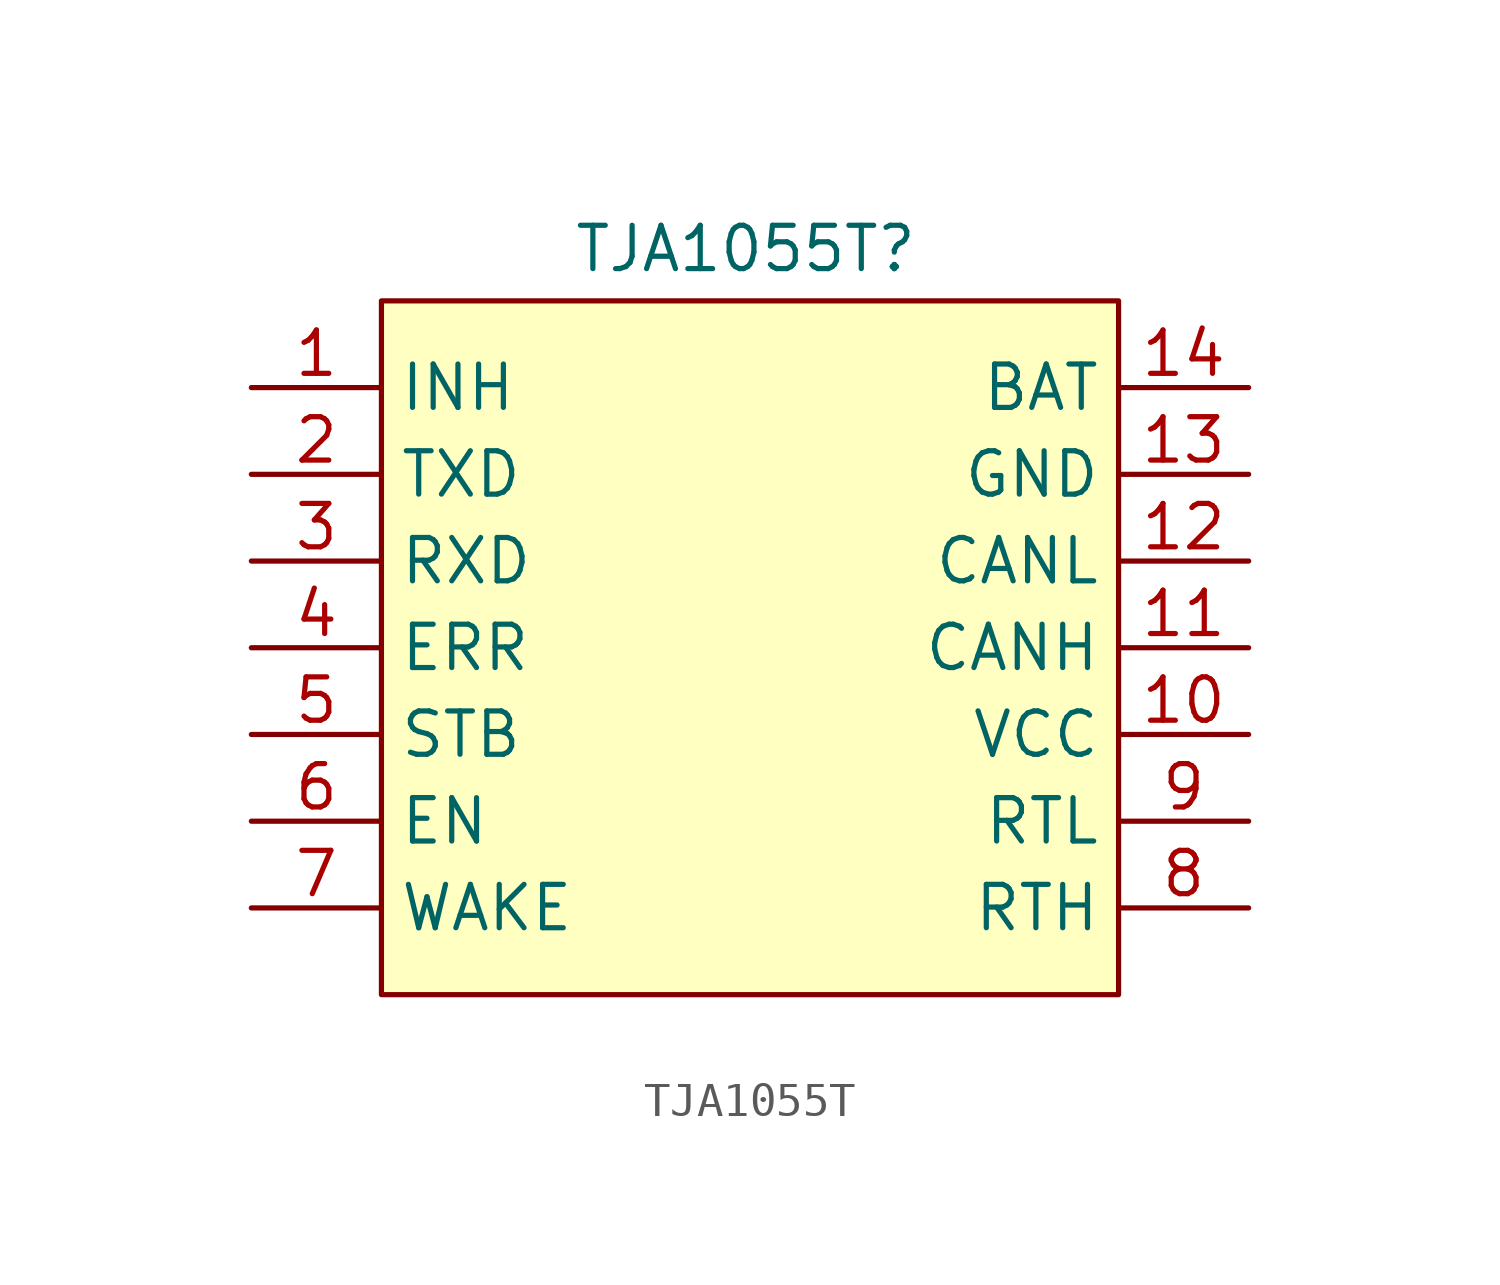
<source format=kicad_sym>
(kicad_symbol_lib
  (version 20231120)
  (generator "kicad_symbol_editor")
  (generator_version "8.0")
  (symbol "TJA1055T"
    (property "Reference" "TJA1055T"
      (at 10.668 1.524 0)
      (effects (font (size 1.27 1.27))))
    (property "Value" ""
      (at 0 0 0)
      (effects (font (size 1.27 1.27))))
    (symbol "TJA1055T_0_1"
      (rectangle (start 0 0) (end 21.59 -20.32) (stroke (width 0) (type default)) (fill (type background))))
    (symbol "TJA1055T_1_1"
      (pin bidirectional line (at -3.81 -2.54 0) (length 3.81) (name "INH" (effects (font (size 1.27 1.27)))) (number "1" (effects (font (size 1.27 1.27)))))
      (pin power_in line (at 25.4 -12.7 180) (length 3.81) (name "VCC" (effects (font (size 1.27 1.27)))) (number "10" (effects (font (size 1.27 1.27)))))
      (pin input line (at 25.4 -10.16 180) (length 3.81) (name "CANH" (effects (font (size 1.27 1.27)))) (number "11" (effects (font (size 1.27 1.27)))))
      (pin input line (at 25.4 -7.62 180) (length 3.81) (name "CANL" (effects (font (size 1.27 1.27)))) (number "12" (effects (font (size 1.27 1.27)))))
      (pin power_out line (at 25.4 -5.08 180) (length 3.81) (name "GND" (effects (font (size 1.27 1.27)))) (number "13" (effects (font (size 1.27 1.27)))))
      (pin power_in line (at 25.4 -2.54 180) (length 3.81) (name "BAT" (effects (font (size 1.27 1.27)))) (number "14" (effects (font (size 1.27 1.27)))))
      (pin input line (at -3.81 -5.08 0) (length 3.81) (name "TXD" (effects (font (size 1.27 1.27)))) (number "2" (effects (font (size 1.27 1.27)))))
      (pin output line (at -3.81 -7.62 0) (length 3.81) (name "RXD" (effects (font (size 1.27 1.27)))) (number "3" (effects (font (size 1.27 1.27)))))
      (pin output line (at -3.81 -10.16 0) (length 3.81) (name "ERR" (effects (font (size 1.27 1.27)))) (number "4" (effects (font (size 1.27 1.27)))))
      (pin input line (at -3.81 -12.7 0) (length 3.81) (name "STB" (effects (font (size 1.27 1.27)))) (number "5" (effects (font (size 1.27 1.27)))))
      (pin input line (at -3.81 -15.24 0) (length 3.81) (name "EN" (effects (font (size 1.27 1.27)))) (number "6" (effects (font (size 1.27 1.27)))))
      (pin input line (at -3.81 -17.78 0) (length 3.81) (name "WAKE" (effects (font (size 1.27 1.27)))) (number "7" (effects (font (size 1.27 1.27)))))
      (pin bidirectional line (at 25.4 -17.78 180) (length 3.81) (name "RTH" (effects (font (size 1.27 1.27)))) (number "8" (effects (font (size 1.27 1.27)))))
      (pin bidirectional line (at 25.4 -15.24 180) (length 3.81) (name "RTL" (effects (font (size 1.27 1.27)))) (number "9" (effects (font (size 1.27 1.27))))))))
</source>
